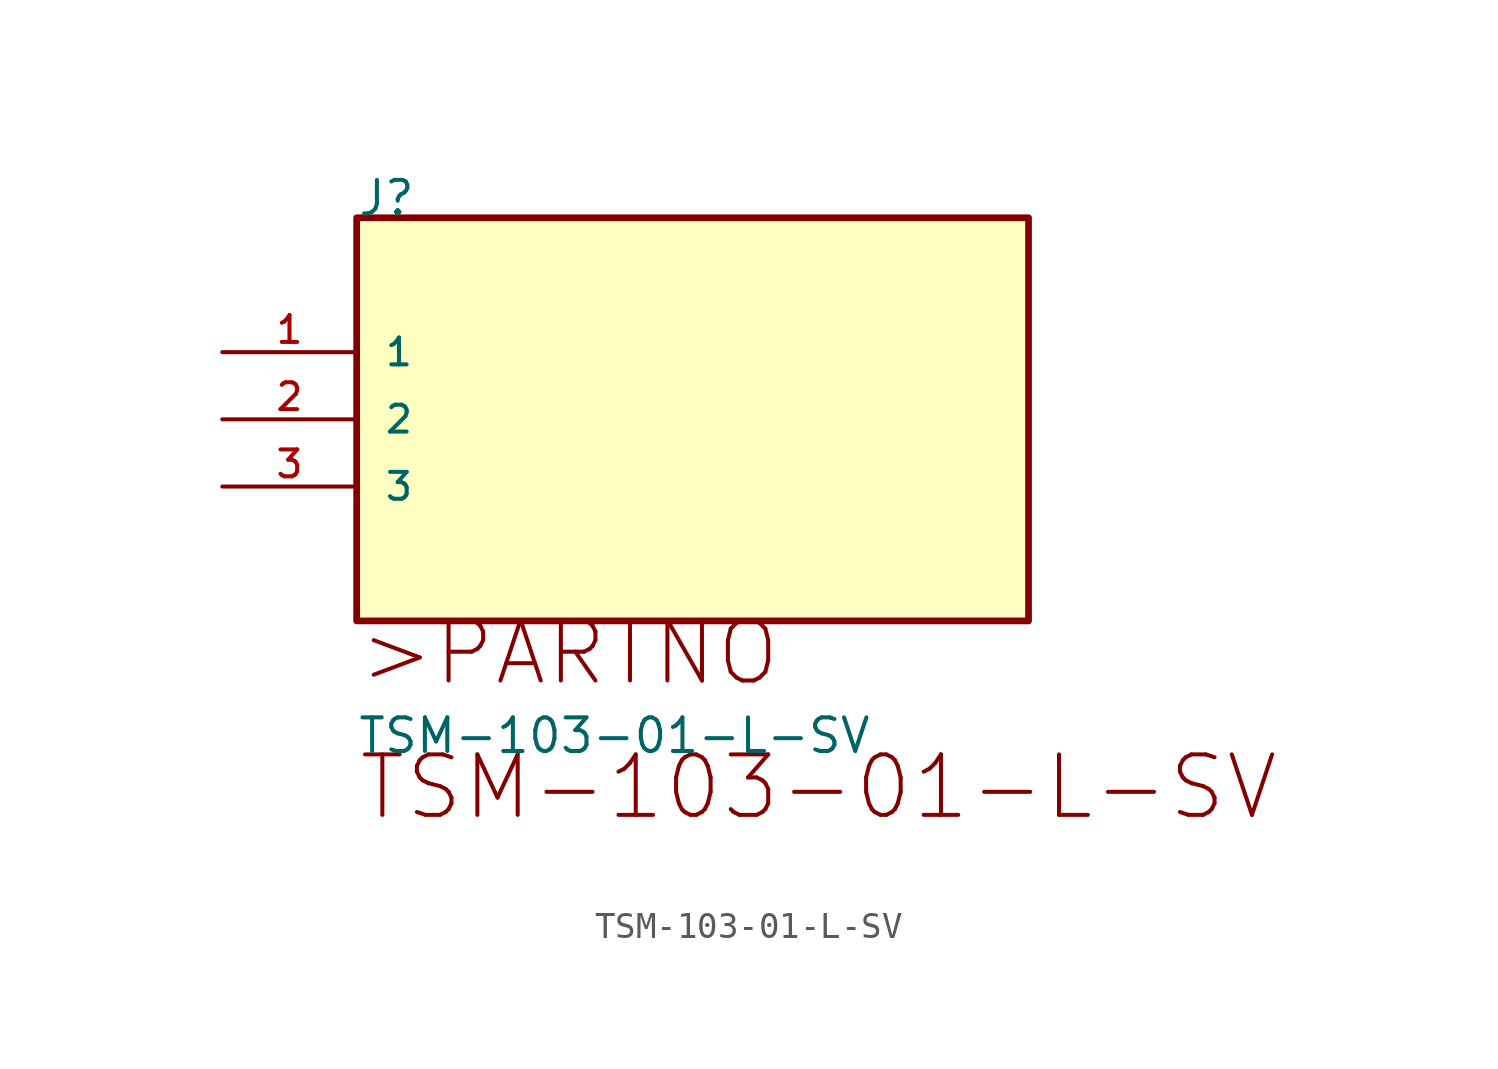
<source format=kicad_sym>
(kicad_symbol_lib
  (version 20211014)
  (generator kicad_symbol_editor)
  (symbol "TSM-103-01-L-SV"
    (pin_names
      (offset 1.016))
    (property "Reference" "J"
      (at 0.0 5.08 0)
      (effects (font (size 1.27 1.27)) (justify bottom left)))
    (property "Value" "TSM-103-01-L-SV"
      (at 0.0 -15.24 0)
      (effects (font (size 1.27 1.27)) (justify bottom left)))
    (symbol "TSM-103-01-L-SV_0_0"
      (text ">PARTNO" (at 0.0 -12.7 0) (effects (font (size 2.286 2.286)) (justify bottom left)))
      (text "TSM-103-01-L-SV" (at 0.0 -17.78 0) (effects (font (size 2.286 2.286)) (justify bottom left)))
      (rectangle (start 1.7763568394e-15 -10.16) (end 25.4 5.08) (stroke (width 0.254)) (fill (type background)))
      (pin bidirectional line (at -5.08 -0.0 0) (length 5.08) (name "1" (effects (font (size 1.016 1.016)))) (number "1" (effects (font (size 1.016 1.016)))))
      (pin bidirectional line (at -5.08 -2.54 0) (length 5.08) (name "2" (effects (font (size 1.016 1.016)))) (number "2" (effects (font (size 1.016 1.016)))))
      (pin bidirectional line (at -5.08 -5.08 0) (length 5.08) (name "3" (effects (font (size 1.016 1.016)))) (number "3" (effects (font (size 1.016 1.016))))))))
</source>
